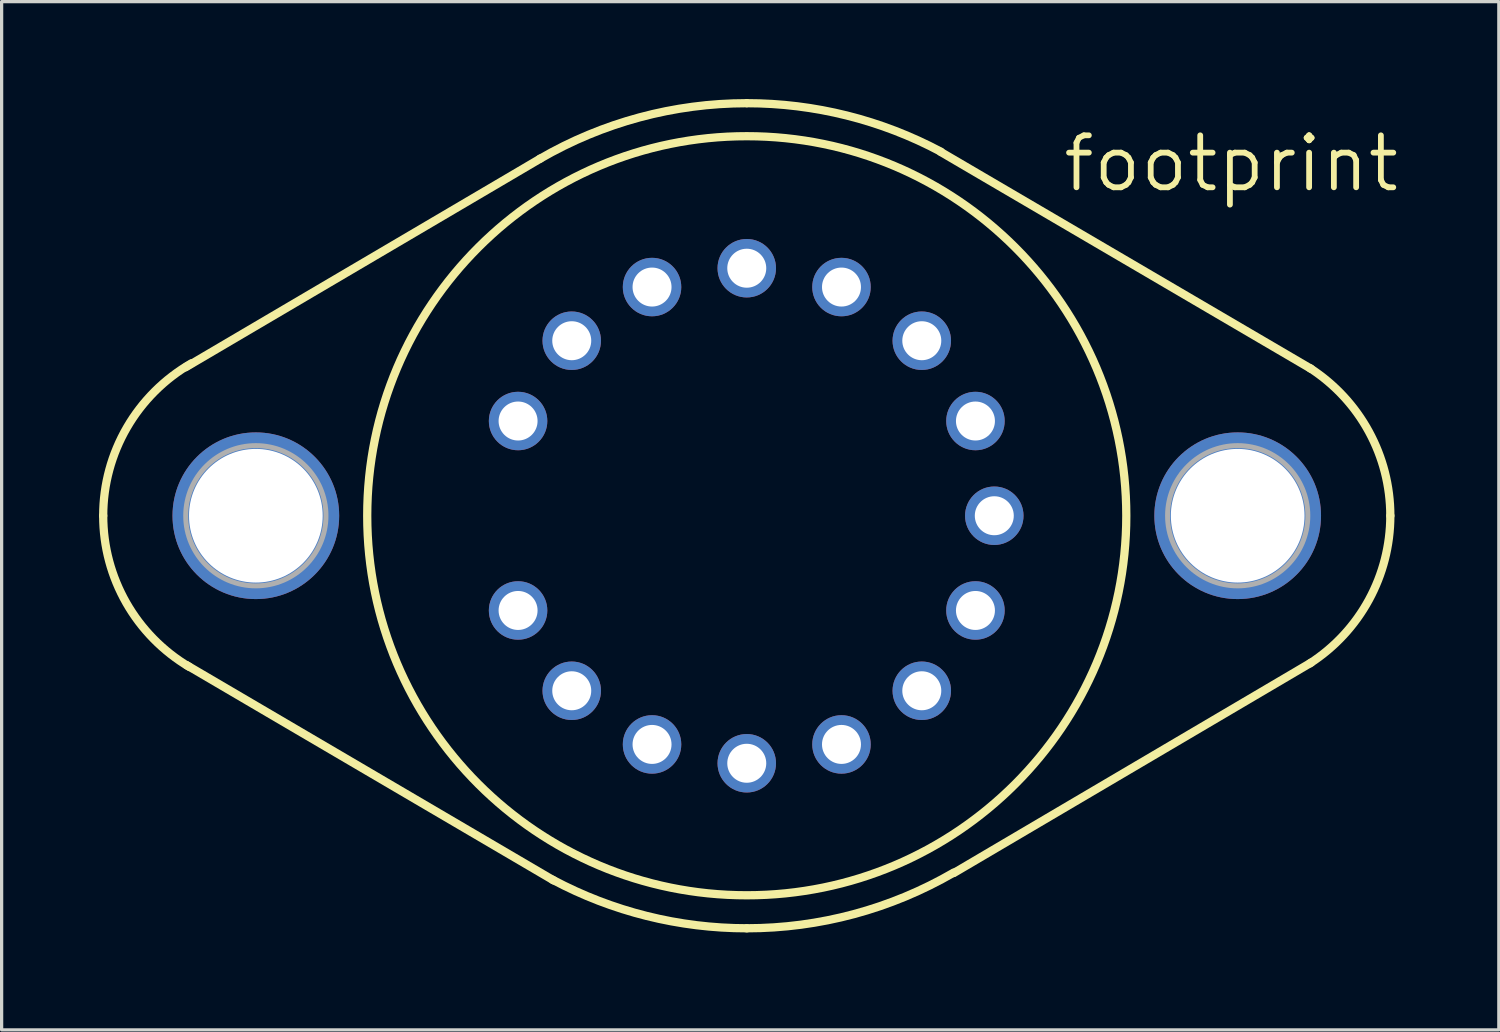
<source format=kicad_pcb>
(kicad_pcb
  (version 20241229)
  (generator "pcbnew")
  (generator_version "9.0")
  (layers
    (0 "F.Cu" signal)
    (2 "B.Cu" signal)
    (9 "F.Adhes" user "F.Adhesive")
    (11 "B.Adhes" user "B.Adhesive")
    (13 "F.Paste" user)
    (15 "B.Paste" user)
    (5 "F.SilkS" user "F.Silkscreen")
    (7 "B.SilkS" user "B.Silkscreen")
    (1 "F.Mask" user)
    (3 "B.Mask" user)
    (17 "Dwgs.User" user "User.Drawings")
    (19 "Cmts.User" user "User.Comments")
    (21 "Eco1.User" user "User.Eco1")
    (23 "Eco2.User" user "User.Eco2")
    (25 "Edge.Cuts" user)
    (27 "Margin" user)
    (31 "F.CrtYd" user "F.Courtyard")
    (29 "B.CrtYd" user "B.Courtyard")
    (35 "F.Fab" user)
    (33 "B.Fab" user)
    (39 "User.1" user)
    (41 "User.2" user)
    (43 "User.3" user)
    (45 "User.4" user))
  (footprint "footprint"
    (layer "F.Cu")
    (at 19.939 12.827)
    (property "Reference" "footprint" (at 9.652 -9.906 0) (layer "F.SilkS") (effects (font (size 1.6 1.6) (thickness 0.178)) (justify left bottom)))
    (fp_line (start -6.35 -10.998) (end -17.272 -4.572) (stroke (width 0.254) (type solid)) (layer "F.SilkS"))
    (fp_line (start -5.944 11.227) (end -17.247 4.597) (stroke (width 0.254) (type solid)) (layer "F.SilkS"))
    (fp_line (start 5.969 -11.201) (end 17.374 -4.521) (stroke (width 0.254) (type solid)) (layer "F.SilkS"))
    (fp_line (start 6.375 10.998) (end 17.374 4.521) (stroke (width 0.254) (type solid)) (layer "F.SilkS"))
    (fp_arc (start -19.812 0) (mid -19.08306 -2.712168) (end -17.0927 -4.6935) (stroke (width 0.254) (type solid)) (layer "F.SilkS"))
    (fp_arc (start -17.155499 4.657) (mid -19.101186 2.680705) (end -19.812 0) (stroke (width 0.254) (type solid)) (layer "F.SilkS"))
    (fp_arc (start -6.3718 -10.9859) (mid -3.299165 -12.263989) (end 0 -12.7) (stroke (width 0.254) (type solid)) (layer "F.SilkS"))
    (fp_arc (start 0 -12.7) (mid 3.080216 -12.320822) (end 5.9765 -11.2059) (stroke (width 0.254) (type solid)) (layer "F.SilkS"))
    (fp_arc (start 0 12.7) (mid -3.080216 12.320822) (end -5.9765 11.2059) (stroke (width 0.254) (type solid)) (layer "F.SilkS"))
    (fp_arc (start 6.3718 10.9859) (mid 3.299165 12.263989) (end 0 12.7) (stroke (width 0.254) (type solid)) (layer "F.SilkS"))
    (fp_arc (start 17.3366 -4.545) (mid 19.153011 -2.58769) (end 19.811999 0.000001) (stroke (width 0.254) (type solid)) (layer "F.SilkS"))
    (fp_arc (start 19.811999 -0.000001) (mid 19.153011 2.58769) (end 17.3366 4.545) (stroke (width 0.254) (type solid)) (layer "F.SilkS"))
    (fp_circle (center 0 0) (end 11.684 0) (stroke (width 0.254) (type solid)) (fill no) (layer "F.SilkS"))
    (fp_circle (center -15.113 0) (end -12.954 0) (stroke (width 0.152) (type solid)) (fill no) (layer "F.Fab"))
    (fp_circle (center 15.113 0) (end 17.272 0) (stroke (width 0.152) (type solid)) (fill no) (layer "F.Fab"))
    (pad "1" thru_hole circle (at -7.04 2.916) (size 1.8 1.8) (drill 1.2) (layers "*.Cu" "*.Mask"))
    (pad "2" thru_hole circle (at -5.388 5.388) (size 1.8 1.8) (drill 1.2) (layers "*.Cu" "*.Mask"))
    (pad "3" thru_hole circle (at -2.916 7.04) (size 1.8 1.8) (drill 1.2) (layers "*.Cu" "*.Mask"))
    (pad "4" thru_hole circle (at 0 7.62) (size 1.8 1.8) (drill 1.2) (layers "*.Cu" "*.Mask"))
    (pad "5" thru_hole circle (at 2.916 7.04) (size 1.8 1.8) (drill 1.2) (layers "*.Cu" "*.Mask"))
    (pad "6" thru_hole circle (at 5.388 5.388) (size 1.8 1.8) (drill 1.2) (layers "*.Cu" "*.Mask"))
    (pad "7" thru_hole circle (at 7.04 2.916) (size 1.8 1.8) (drill 1.2) (layers "*.Cu" "*.Mask"))
    (pad "8" thru_hole circle (at 7.62 0) (size 1.8 1.8) (drill 1.2) (layers "*.Cu" "*.Mask"))
    (pad "9" thru_hole circle (at 7.04 -2.916) (size 1.8 1.8) (drill 1.2) (layers "*.Cu" "*.Mask"))
    (pad "10" thru_hole circle (at 5.388 -5.388) (size 1.8 1.8) (drill 1.2) (layers "*.Cu" "*.Mask"))
    (pad "11" thru_hole circle (at 2.916 -7.04) (size 1.8 1.8) (drill 1.2) (layers "*.Cu" "*.Mask"))
    (pad "12" thru_hole circle (at 0 -7.62) (size 1.8 1.8) (drill 1.2) (layers "*.Cu" "*.Mask"))
    (pad "13" thru_hole circle (at -2.916 -7.04) (size 1.8 1.8) (drill 1.2) (layers "*.Cu" "*.Mask"))
    (pad "14" thru_hole circle (at -5.388 -5.388) (size 1.8 1.8) (drill 1.2) (layers "*.Cu" "*.Mask"))
    (pad "15" thru_hole circle (at -7.04 -2.916) (size 1.8 1.8) (drill 1.2) (layers "*.Cu" "*.Mask"))
    (pad "16" thru_hole circle (at -15.113 0) (size 5.131 5.131) (drill 4.115) (layers "*.Cu" "*.Mask"))
    (pad "16/" thru_hole circle (at 15.113 0) (size 5.131 5.131) (drill 4.115) (layers "*.Cu" "*.Mask")))
  (gr_rect
    (start -3 -3)
    (end 43.091 28.654)
    (stroke (width 0.1) (type default))
    (fill no)
    (layer "Edge.Cuts")))
</source>
